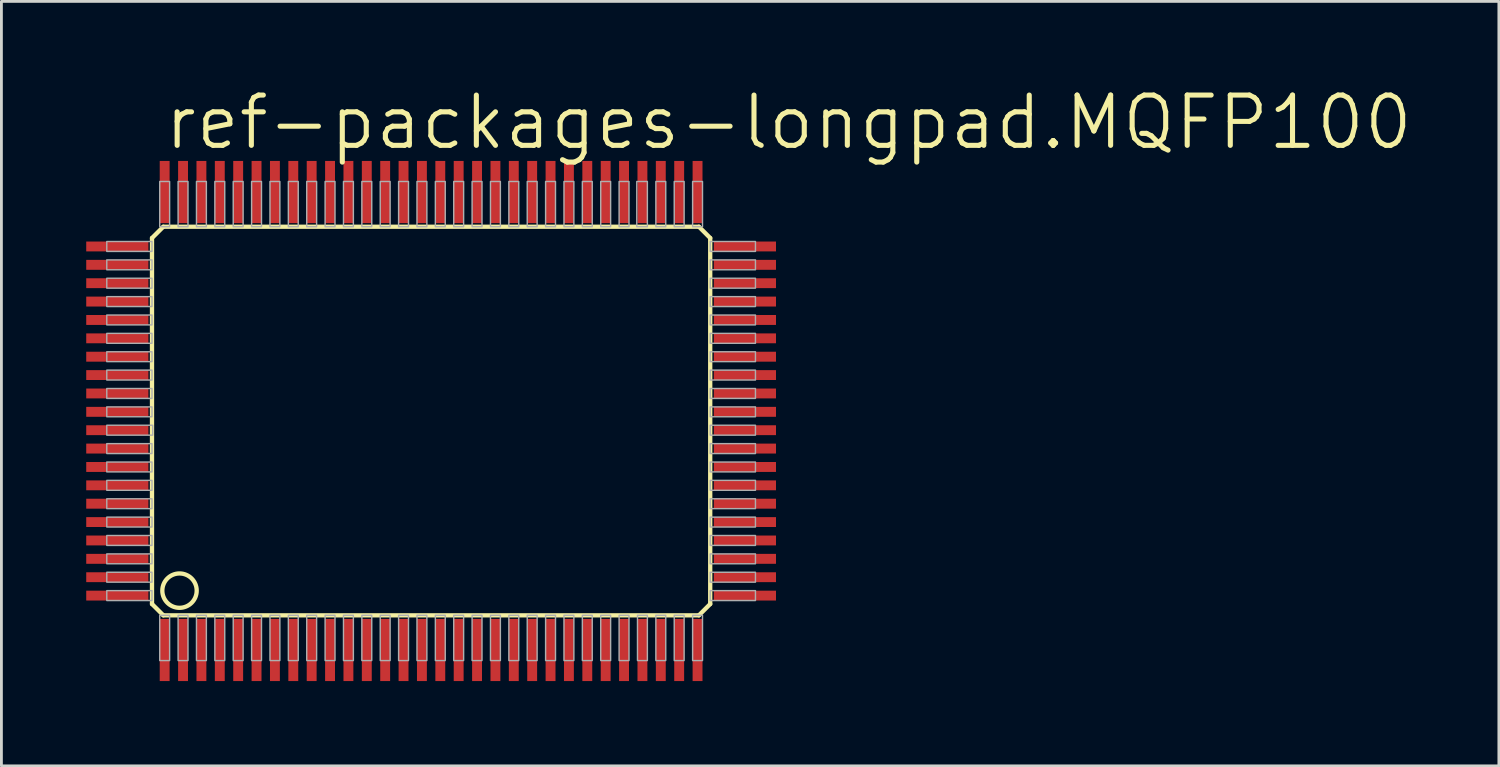
<source format=kicad_pcb>
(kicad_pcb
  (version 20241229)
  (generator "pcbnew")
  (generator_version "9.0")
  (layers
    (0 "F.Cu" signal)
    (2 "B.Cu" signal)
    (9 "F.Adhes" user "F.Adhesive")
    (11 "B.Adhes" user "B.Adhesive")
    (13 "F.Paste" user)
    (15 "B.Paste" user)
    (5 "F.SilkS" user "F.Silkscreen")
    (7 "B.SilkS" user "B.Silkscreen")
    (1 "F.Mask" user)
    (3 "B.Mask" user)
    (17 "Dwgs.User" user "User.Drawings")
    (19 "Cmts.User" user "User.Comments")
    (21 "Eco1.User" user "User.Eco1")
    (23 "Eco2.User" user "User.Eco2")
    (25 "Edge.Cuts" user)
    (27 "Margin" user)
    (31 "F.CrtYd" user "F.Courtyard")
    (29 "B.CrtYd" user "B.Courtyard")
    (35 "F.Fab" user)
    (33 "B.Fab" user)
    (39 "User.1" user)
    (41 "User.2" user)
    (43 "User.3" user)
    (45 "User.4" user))
  (footprint "ref-packages-longpad.MQFP100"
    (layer "F.Cu")
    (at 12.2 11.843)
    (property "Reference" "ref-packages-longpad.MQFP100" (at -9.525 -9.525 0) (layer "F.SilkS") (effects (font (size 1.778 1.778) (thickness 0.18)) (justify left bottom)))
    (attr smd)
    (fp_line (start -9.873 -6.473) (end -9.873 6.473) (stroke (width 0.152) (type default)) (layer "F.SilkS"))
    (fp_line (start -9.873 6.473) (end -9.473 6.873) (stroke (width 0.152) (type default)) (layer "F.SilkS"))
    (fp_line (start -9.473 -6.873) (end -9.873 -6.473) (stroke (width 0.152) (type default)) (layer "F.SilkS"))
    (fp_line (start -9.473 6.873) (end 9.473 6.873) (stroke (width 0.152) (type default)) (layer "F.SilkS"))
    (fp_line (start 9.473 -6.873) (end -9.473 -6.873) (stroke (width 0.152) (type default)) (layer "F.SilkS"))
    (fp_line (start 9.473 6.873) (end 9.873 6.473) (stroke (width 0.152) (type default)) (layer "F.SilkS"))
    (fp_line (start 9.873 -6.473) (end 9.473 -6.873) (stroke (width 0.152) (type default)) (layer "F.SilkS"))
    (fp_line (start 9.873 6.473) (end 9.873 -6.473) (stroke (width 0.152) (type default)) (layer "F.SilkS"))
    (fp_circle (center -8.9 6) (end -8.292 6) (stroke (width 0.152) (type default)) (fill no) (layer "F.SilkS"))
    (fp_rect (start -11.473 -6) (end -9.873 -6.35) (stroke (width 0.05) (type default)) (fill no) (layer "F.Fab"))
    (fp_rect (start -11.473 -5.35) (end -9.873 -5.7) (stroke (width 0.05) (type default)) (fill no) (layer "F.Fab"))
    (fp_rect (start -11.473 -4.7) (end -9.873 -5.05) (stroke (width 0.05) (type default)) (fill no) (layer "F.Fab"))
    (fp_rect (start -11.473 -4.05) (end -9.873 -4.4) (stroke (width 0.05) (type default)) (fill no) (layer "F.Fab"))
    (fp_rect (start -11.473 -3.4) (end -9.873 -3.75) (stroke (width 0.05) (type default)) (fill no) (layer "F.Fab"))
    (fp_rect (start -11.473 -2.75) (end -9.873 -3.1) (stroke (width 0.05) (type default)) (fill no) (layer "F.Fab"))
    (fp_rect (start -11.473 -2.1) (end -9.873 -2.45) (stroke (width 0.05) (type default)) (fill no) (layer "F.Fab"))
    (fp_rect (start -11.473 -1.45) (end -9.873 -1.8) (stroke (width 0.05) (type default)) (fill no) (layer "F.Fab"))
    (fp_rect (start -11.473 -0.8) (end -9.873 -1.15) (stroke (width 0.05) (type default)) (fill no) (layer "F.Fab"))
    (fp_rect (start -11.473 -0.15) (end -9.873 -0.5) (stroke (width 0.05) (type default)) (fill no) (layer "F.Fab"))
    (fp_rect (start -11.473 0.5) (end -9.848 0.15) (stroke (width 0.05) (type default)) (fill no) (layer "F.Fab"))
    (fp_rect (start -11.473 1.15) (end -9.873 0.8) (stroke (width 0.05) (type default)) (fill no) (layer "F.Fab"))
    (fp_rect (start -11.473 1.8) (end -9.873 1.45) (stroke (width 0.05) (type default)) (fill no) (layer "F.Fab"))
    (fp_rect (start -11.473 2.45) (end -9.873 2.1) (stroke (width 0.05) (type default)) (fill no) (layer "F.Fab"))
    (fp_rect (start -11.473 3.1) (end -9.873 2.75) (stroke (width 0.05) (type default)) (fill no) (layer "F.Fab"))
    (fp_rect (start -11.473 3.75) (end -9.873 3.4) (stroke (width 0.05) (type default)) (fill no) (layer "F.Fab"))
    (fp_rect (start -11.473 4.4) (end -9.873 4.05) (stroke (width 0.05) (type default)) (fill no) (layer "F.Fab"))
    (fp_rect (start -11.473 5.05) (end -9.873 4.7) (stroke (width 0.05) (type default)) (fill no) (layer "F.Fab"))
    (fp_rect (start -11.473 5.7) (end -9.873 5.35) (stroke (width 0.05) (type default)) (fill no) (layer "F.Fab"))
    (fp_rect (start -11.473 6.35) (end -9.873 6) (stroke (width 0.05) (type default)) (fill no) (layer "F.Fab"))
    (fp_rect (start -9.6 -6.873) (end -9.25 -8.473) (stroke (width 0.05) (type default)) (fill no) (layer "F.Fab"))
    (fp_rect (start -9.6 8.473) (end -9.25 6.873) (stroke (width 0.05) (type default)) (fill no) (layer "F.Fab"))
    (fp_rect (start -8.95 -6.873) (end -8.6 -8.473) (stroke (width 0.05) (type default)) (fill no) (layer "F.Fab"))
    (fp_rect (start -8.95 8.473) (end -8.6 6.873) (stroke (width 0.05) (type default)) (fill no) (layer "F.Fab"))
    (fp_rect (start -8.3 -6.873) (end -7.95 -8.473) (stroke (width 0.05) (type default)) (fill no) (layer "F.Fab"))
    (fp_rect (start -8.3 8.473) (end -7.95 6.873) (stroke (width 0.05) (type default)) (fill no) (layer "F.Fab"))
    (fp_rect (start -7.65 -6.873) (end -7.3 -8.473) (stroke (width 0.05) (type default)) (fill no) (layer "F.Fab"))
    (fp_rect (start -7.65 8.473) (end -7.3 6.873) (stroke (width 0.05) (type default)) (fill no) (layer "F.Fab"))
    (fp_rect (start -7 -6.873) (end -6.65 -8.473) (stroke (width 0.05) (type default)) (fill no) (layer "F.Fab"))
    (fp_rect (start -7 8.473) (end -6.65 6.873) (stroke (width 0.05) (type default)) (fill no) (layer "F.Fab"))
    (fp_rect (start -6.35 -6.873) (end -6 -8.473) (stroke (width 0.05) (type default)) (fill no) (layer "F.Fab"))
    (fp_rect (start -6.35 8.473) (end -6 6.873) (stroke (width 0.05) (type default)) (fill no) (layer "F.Fab"))
    (fp_rect (start -5.7 -6.873) (end -5.35 -8.473) (stroke (width 0.05) (type default)) (fill no) (layer "F.Fab"))
    (fp_rect (start -5.7 8.473) (end -5.35 6.873) (stroke (width 0.05) (type default)) (fill no) (layer "F.Fab"))
    (fp_rect (start -5.05 -6.873) (end -4.7 -8.473) (stroke (width 0.05) (type default)) (fill no) (layer "F.Fab"))
    (fp_rect (start -5.05 8.473) (end -4.7 6.873) (stroke (width 0.05) (type default)) (fill no) (layer "F.Fab"))
    (fp_rect (start -4.4 -6.873) (end -4.05 -8.473) (stroke (width 0.05) (type default)) (fill no) (layer "F.Fab"))
    (fp_rect (start -4.4 8.473) (end -4.05 6.873) (stroke (width 0.05) (type default)) (fill no) (layer "F.Fab"))
    (fp_rect (start -3.75 -6.873) (end -3.4 -8.473) (stroke (width 0.05) (type default)) (fill no) (layer "F.Fab"))
    (fp_rect (start -3.75 8.473) (end -3.4 6.873) (stroke (width 0.05) (type default)) (fill no) (layer "F.Fab"))
    (fp_rect (start -3.1 -6.873) (end -2.75 -8.473) (stroke (width 0.05) (type default)) (fill no) (layer "F.Fab"))
    (fp_rect (start -3.1 8.473) (end -2.75 6.873) (stroke (width 0.05) (type default)) (fill no) (layer "F.Fab"))
    (fp_rect (start -2.45 -6.873) (end -2.1 -8.473) (stroke (width 0.05) (type default)) (fill no) (layer "F.Fab"))
    (fp_rect (start -2.45 8.473) (end -2.1 6.873) (stroke (width 0.05) (type default)) (fill no) (layer "F.Fab"))
    (fp_rect (start -1.8 -6.873) (end -1.45 -8.473) (stroke (width 0.05) (type default)) (fill no) (layer "F.Fab"))
    (fp_rect (start -1.8 8.473) (end -1.45 6.873) (stroke (width 0.05) (type default)) (fill no) (layer "F.Fab"))
    (fp_rect (start -1.15 -6.873) (end -0.8 -8.473) (stroke (width 0.05) (type default)) (fill no) (layer "F.Fab"))
    (fp_rect (start -1.15 8.473) (end -0.8 6.873) (stroke (width 0.05) (type default)) (fill no) (layer "F.Fab"))
    (fp_rect (start -0.5 -6.873) (end -0.15 -8.473) (stroke (width 0.05) (type default)) (fill no) (layer "F.Fab"))
    (fp_rect (start -0.5 8.473) (end -0.15 6.873) (stroke (width 0.05) (type default)) (fill no) (layer "F.Fab"))
    (fp_rect (start 0.15 -6.873) (end 0.5 -8.473) (stroke (width 0.05) (type default)) (fill no) (layer "F.Fab"))
    (fp_rect (start 0.15 8.473) (end 0.5 6.873) (stroke (width 0.05) (type default)) (fill no) (layer "F.Fab"))
    (fp_rect (start 0.8 -6.873) (end 1.15 -8.473) (stroke (width 0.05) (type default)) (fill no) (layer "F.Fab"))
    (fp_rect (start 0.8 8.473) (end 1.15 6.873) (stroke (width 0.05) (type default)) (fill no) (layer "F.Fab"))
    (fp_rect (start 1.45 -6.873) (end 1.8 -8.473) (stroke (width 0.05) (type default)) (fill no) (layer "F.Fab"))
    (fp_rect (start 1.45 8.473) (end 1.8 6.873) (stroke (width 0.05) (type default)) (fill no) (layer "F.Fab"))
    (fp_rect (start 2.1 -6.873) (end 2.45 -8.473) (stroke (width 0.05) (type default)) (fill no) (layer "F.Fab"))
    (fp_rect (start 2.1 8.473) (end 2.45 6.873) (stroke (width 0.05) (type default)) (fill no) (layer "F.Fab"))
    (fp_rect (start 2.75 -6.873) (end 3.1 -8.473) (stroke (width 0.05) (type default)) (fill no) (layer "F.Fab"))
    (fp_rect (start 2.75 8.473) (end 3.1 6.873) (stroke (width 0.05) (type default)) (fill no) (layer "F.Fab"))
    (fp_rect (start 3.4 -6.873) (end 3.75 -8.473) (stroke (width 0.05) (type default)) (fill no) (layer "F.Fab"))
    (fp_rect (start 3.4 8.473) (end 3.75 6.873) (stroke (width 0.05) (type default)) (fill no) (layer "F.Fab"))
    (fp_rect (start 4.05 -6.873) (end 4.4 -8.473) (stroke (width 0.05) (type default)) (fill no) (layer "F.Fab"))
    (fp_rect (start 4.05 8.473) (end 4.4 6.873) (stroke (width 0.05) (type default)) (fill no) (layer "F.Fab"))
    (fp_rect (start 4.7 -6.873) (end 5.05 -8.473) (stroke (width 0.05) (type default)) (fill no) (layer "F.Fab"))
    (fp_rect (start 4.7 8.473) (end 5.05 6.873) (stroke (width 0.05) (type default)) (fill no) (layer "F.Fab"))
    (fp_rect (start 5.35 -6.873) (end 5.7 -8.473) (stroke (width 0.05) (type default)) (fill no) (layer "F.Fab"))
    (fp_rect (start 5.35 8.473) (end 5.7 6.873) (stroke (width 0.05) (type default)) (fill no) (layer "F.Fab"))
    (fp_rect (start 6 -6.873) (end 6.35 -8.473) (stroke (width 0.05) (type default)) (fill no) (layer "F.Fab"))
    (fp_rect (start 6 8.473) (end 6.35 6.873) (stroke (width 0.05) (type default)) (fill no) (layer "F.Fab"))
    (fp_rect (start 6.65 -6.873) (end 7 -8.473) (stroke (width 0.05) (type default)) (fill no) (layer "F.Fab"))
    (fp_rect (start 6.65 8.473) (end 7 6.873) (stroke (width 0.05) (type default)) (fill no) (layer "F.Fab"))
    (fp_rect (start 7.275 -6.873) (end 7.65 -8.473) (stroke (width 0.05) (type default)) (fill no) (layer "F.Fab"))
    (fp_rect (start 7.3 8.473) (end 7.65 6.873) (stroke (width 0.05) (type default)) (fill no) (layer "F.Fab"))
    (fp_rect (start 7.95 -6.873) (end 8.3 -8.473) (stroke (width 0.05) (type default)) (fill no) (layer "F.Fab"))
    (fp_rect (start 7.95 8.473) (end 8.3 6.873) (stroke (width 0.05) (type default)) (fill no) (layer "F.Fab"))
    (fp_rect (start 8.6 -6.873) (end 8.95 -8.473) (stroke (width 0.05) (type default)) (fill no) (layer "F.Fab"))
    (fp_rect (start 8.6 8.473) (end 8.95 6.873) (stroke (width 0.05) (type default)) (fill no) (layer "F.Fab"))
    (fp_rect (start 9.25 -6.873) (end 9.6 -8.473) (stroke (width 0.05) (type default)) (fill no) (layer "F.Fab"))
    (fp_rect (start 9.25 8.473) (end 9.6 6.873) (stroke (width 0.05) (type default)) (fill no) (layer "F.Fab"))
    (fp_rect (start 9.873 -6) (end 11.473 -6.35) (stroke (width 0.05) (type default)) (fill no) (layer "F.Fab"))
    (fp_rect (start 9.873 -5.35) (end 11.473 -5.7) (stroke (width 0.05) (type default)) (fill no) (layer "F.Fab"))
    (fp_rect (start 9.873 -4.7) (end 11.473 -5.05) (stroke (width 0.05) (type default)) (fill no) (layer "F.Fab"))
    (fp_rect (start 9.873 -4.05) (end 11.473 -4.4) (stroke (width 0.05) (type default)) (fill no) (layer "F.Fab"))
    (fp_rect (start 9.873 -3.4) (end 11.473 -3.75) (stroke (width 0.05) (type default)) (fill no) (layer "F.Fab"))
    (fp_rect (start 9.873 -2.75) (end 11.473 -3.1) (stroke (width 0.05) (type default)) (fill no) (layer "F.Fab"))
    (fp_rect (start 9.873 -2.1) (end 11.473 -2.45) (stroke (width 0.05) (type default)) (fill no) (layer "F.Fab"))
    (fp_rect (start 9.873 -1.45) (end 11.473 -1.8) (stroke (width 0.05) (type default)) (fill no) (layer "F.Fab"))
    (fp_rect (start 9.873 -0.8) (end 11.473 -1.15) (stroke (width 0.05) (type default)) (fill no) (layer "F.Fab"))
    (fp_rect (start 9.873 -0.15) (end 11.473 -0.5) (stroke (width 0.05) (type default)) (fill no) (layer "F.Fab"))
    (fp_rect (start 9.873 0.5) (end 11.473 0.15) (stroke (width 0.05) (type default)) (fill no) (layer "F.Fab"))
    (fp_rect (start 9.873 1.15) (end 11.473 0.8) (stroke (width 0.05) (type default)) (fill no) (layer "F.Fab"))
    (fp_rect (start 9.873 1.8) (end 11.473 1.45) (stroke (width 0.05) (type default)) (fill no) (layer "F.Fab"))
    (fp_rect (start 9.873 2.45) (end 11.473 2.1) (stroke (width 0.05) (type default)) (fill no) (layer "F.Fab"))
    (fp_rect (start 9.873 3.1) (end 11.473 2.75) (stroke (width 0.05) (type default)) (fill no) (layer "F.Fab"))
    (fp_rect (start 9.873 3.75) (end 11.473 3.4) (stroke (width 0.05) (type default)) (fill no) (layer "F.Fab"))
    (fp_rect (start 9.873 4.4) (end 11.473 4.05) (stroke (width 0.05) (type default)) (fill no) (layer "F.Fab"))
    (fp_rect (start 9.873 5.05) (end 11.473 4.7) (stroke (width 0.05) (type default)) (fill no) (layer "F.Fab"))
    (fp_rect (start 9.873 5.7) (end 11.473 5.35) (stroke (width 0.05) (type default)) (fill no) (layer "F.Fab"))
    (fp_rect (start 9.873 6.35) (end 11.473 6) (stroke (width 0.05) (type default)) (fill no) (layer "F.Fab"))
    (pad "1" smd roundrect (at -9.425 8.1) (size 0.35 2.2) (layers "F.Cu" "F.Mask" "F.Paste") (roundrect_rratio 0.01))
    (pad "2" smd roundrect (at -8.775 8.1) (size 0.35 2.2) (layers "F.Cu" "F.Mask" "F.Paste") (roundrect_rratio 0.01))
    (pad "3" smd roundrect (at -8.125 8.1) (size 0.35 2.2) (layers "F.Cu" "F.Mask" "F.Paste") (roundrect_rratio 0.01))
    (pad "4" smd roundrect (at -7.475 8.1) (size 0.35 2.2) (layers "F.Cu" "F.Mask" "F.Paste") (roundrect_rratio 0.01))
    (pad "5" smd roundrect (at -6.825 8.1) (size 0.35 2.2) (layers "F.Cu" "F.Mask" "F.Paste") (roundrect_rratio 0.01))
    (pad "6" smd roundrect (at -6.175 8.1) (size 0.35 2.2) (layers "F.Cu" "F.Mask" "F.Paste") (roundrect_rratio 0.01))
    (pad "7" smd roundrect (at -5.525 8.1) (size 0.35 2.2) (layers "F.Cu" "F.Mask" "F.Paste") (roundrect_rratio 0.01))
    (pad "8" smd roundrect (at -4.875 8.1) (size 0.35 2.2) (layers "F.Cu" "F.Mask" "F.Paste") (roundrect_rratio 0.01))
    (pad "9" smd roundrect (at -4.225 8.1) (size 0.35 2.2) (layers "F.Cu" "F.Mask" "F.Paste") (roundrect_rratio 0.01))
    (pad "10" smd roundrect (at -3.575 8.1) (size 0.35 2.2) (layers "F.Cu" "F.Mask" "F.Paste") (roundrect_rratio 0.01))
    (pad "11" smd roundrect (at -2.925 8.1) (size 0.35 2.2) (layers "F.Cu" "F.Mask" "F.Paste") (roundrect_rratio 0.01))
    (pad "12" smd roundrect (at -2.275 8.1) (size 0.35 2.2) (layers "F.Cu" "F.Mask" "F.Paste") (roundrect_rratio 0.01))
    (pad "13" smd roundrect (at -1.625 8.1) (size 0.35 2.2) (layers "F.Cu" "F.Mask" "F.Paste") (roundrect_rratio 0.01))
    (pad "14" smd roundrect (at -0.975 8.1) (size 0.35 2.2) (layers "F.Cu" "F.Mask" "F.Paste") (roundrect_rratio 0.01))
    (pad "15" smd roundrect (at -0.325 8.1) (size 0.35 2.2) (layers "F.Cu" "F.Mask" "F.Paste") (roundrect_rratio 0.01))
    (pad "16" smd roundrect (at 0.325 8.1) (size 0.35 2.2) (layers "F.Cu" "F.Mask" "F.Paste") (roundrect_rratio 0.01))
    (pad "17" smd roundrect (at 0.975 8.1) (size 0.35 2.2) (layers "F.Cu" "F.Mask" "F.Paste") (roundrect_rratio 0.01))
    (pad "18" smd roundrect (at 1.625 8.1) (size 0.35 2.2) (layers "F.Cu" "F.Mask" "F.Paste") (roundrect_rratio 0.01))
    (pad "19" smd roundrect (at 2.275 8.1) (size 0.35 2.2) (layers "F.Cu" "F.Mask" "F.Paste") (roundrect_rratio 0.01))
    (pad "20" smd roundrect (at 2.925 8.1) (size 0.35 2.2) (layers "F.Cu" "F.Mask" "F.Paste") (roundrect_rratio 0.01))
    (pad "21" smd roundrect (at 3.575 8.1) (size 0.35 2.2) (layers "F.Cu" "F.Mask" "F.Paste") (roundrect_rratio 0.01))
    (pad "22" smd roundrect (at 4.225 8.1) (size 0.35 2.2) (layers "F.Cu" "F.Mask" "F.Paste") (roundrect_rratio 0.01))
    (pad "23" smd roundrect (at 4.875 8.1) (size 0.35 2.2) (layers "F.Cu" "F.Mask" "F.Paste") (roundrect_rratio 0.01))
    (pad "24" smd roundrect (at 5.525 8.1) (size 0.35 2.2) (layers "F.Cu" "F.Mask" "F.Paste") (roundrect_rratio 0.01))
    (pad "25" smd roundrect (at 6.175 8.1) (size 0.35 2.2) (layers "F.Cu" "F.Mask" "F.Paste") (roundrect_rratio 0.01))
    (pad "26" smd roundrect (at 6.825 8.1) (size 0.35 2.2) (layers "F.Cu" "F.Mask" "F.Paste") (roundrect_rratio 0.01))
    (pad "27" smd roundrect (at 7.475 8.1) (size 0.35 2.2) (layers "F.Cu" "F.Mask" "F.Paste") (roundrect_rratio 0.01))
    (pad "28" smd roundrect (at 8.125 8.1) (size 0.35 2.2) (layers "F.Cu" "F.Mask" "F.Paste") (roundrect_rratio 0.01))
    (pad "29" smd roundrect (at 8.775 8.1) (size 0.35 2.2) (layers "F.Cu" "F.Mask" "F.Paste") (roundrect_rratio 0.01))
    (pad "30" smd roundrect (at 9.425 8.1) (size 0.35 2.2) (layers "F.Cu" "F.Mask" "F.Paste") (roundrect_rratio 0.01))
    (pad "31" smd roundrect (at 11.1 6.175) (size 2.2 0.35) (layers "F.Cu" "F.Mask" "F.Paste") (roundrect_rratio 0.01))
    (pad "32" smd roundrect (at 11.1 5.525) (size 2.2 0.35) (layers "F.Cu" "F.Mask" "F.Paste") (roundrect_rratio 0.01))
    (pad "33" smd roundrect (at 11.1 4.875) (size 2.2 0.35) (layers "F.Cu" "F.Mask" "F.Paste") (roundrect_rratio 0.01))
    (pad "34" smd roundrect (at 11.1 4.225) (size 2.2 0.35) (layers "F.Cu" "F.Mask" "F.Paste") (roundrect_rratio 0.01))
    (pad "35" smd roundrect (at 11.1 3.575) (size 2.2 0.35) (layers "F.Cu" "F.Mask" "F.Paste") (roundrect_rratio 0.01))
    (pad "36" smd roundrect (at 11.1 2.925) (size 2.2 0.35) (layers "F.Cu" "F.Mask" "F.Paste") (roundrect_rratio 0.01))
    (pad "37" smd roundrect (at 11.1 2.275) (size 2.2 0.35) (layers "F.Cu" "F.Mask" "F.Paste") (roundrect_rratio 0.01))
    (pad "38" smd roundrect (at 11.1 1.625) (size 2.2 0.35) (layers "F.Cu" "F.Mask" "F.Paste") (roundrect_rratio 0.01))
    (pad "39" smd roundrect (at 11.1 0.975) (size 2.2 0.35) (layers "F.Cu" "F.Mask" "F.Paste") (roundrect_rratio 0.01))
    (pad "40" smd roundrect (at 11.1 0.325) (size 2.2 0.35) (layers "F.Cu" "F.Mask" "F.Paste") (roundrect_rratio 0.01))
    (pad "41" smd roundrect (at 11.1 -0.325) (size 2.2 0.35) (layers "F.Cu" "F.Mask" "F.Paste") (roundrect_rratio 0.01))
    (pad "42" smd roundrect (at 11.1 -0.975) (size 2.2 0.35) (layers "F.Cu" "F.Mask" "F.Paste") (roundrect_rratio 0.01))
    (pad "43" smd roundrect (at 11.1 -1.625) (size 2.2 0.35) (layers "F.Cu" "F.Mask" "F.Paste") (roundrect_rratio 0.01))
    (pad "44" smd roundrect (at 11.1 -2.275) (size 2.2 0.35) (layers "F.Cu" "F.Mask" "F.Paste") (roundrect_rratio 0.01))
    (pad "45" smd roundrect (at 11.1 -2.925) (size 2.2 0.35) (layers "F.Cu" "F.Mask" "F.Paste") (roundrect_rratio 0.01))
    (pad "46" smd roundrect (at 11.1 -3.575) (size 2.2 0.35) (layers "F.Cu" "F.Mask" "F.Paste") (roundrect_rratio 0.01))
    (pad "47" smd roundrect (at 11.1 -4.225) (size 2.2 0.35) (layers "F.Cu" "F.Mask" "F.Paste") (roundrect_rratio 0.01))
    (pad "48" smd roundrect (at 11.1 -4.875) (size 2.2 0.35) (layers "F.Cu" "F.Mask" "F.Paste") (roundrect_rratio 0.01))
    (pad "49" smd roundrect (at 11.1 -5.525) (size 2.2 0.35) (layers "F.Cu" "F.Mask" "F.Paste") (roundrect_rratio 0.01))
    (pad "50" smd roundrect (at 11.1 -6.175) (size 2.2 0.35) (layers "F.Cu" "F.Mask" "F.Paste") (roundrect_rratio 0.01))
    (pad "51" smd roundrect (at 9.425 -8.1) (size 0.35 2.2) (layers "F.Cu" "F.Mask" "F.Paste") (roundrect_rratio 0.01))
    (pad "52" smd roundrect (at 8.775 -8.1) (size 0.35 2.2) (layers "F.Cu" "F.Mask" "F.Paste") (roundrect_rratio 0.01))
    (pad "53" smd roundrect (at 8.125 -8.1) (size 0.35 2.2) (layers "F.Cu" "F.Mask" "F.Paste") (roundrect_rratio 0.01))
    (pad "54" smd roundrect (at 7.475 -8.1) (size 0.35 2.2) (layers "F.Cu" "F.Mask" "F.Paste") (roundrect_rratio 0.01))
    (pad "55" smd roundrect (at 6.825 -8.1) (size 0.35 2.2) (layers "F.Cu" "F.Mask" "F.Paste") (roundrect_rratio 0.01))
    (pad "56" smd roundrect (at 6.175 -8.1) (size 0.35 2.2) (layers "F.Cu" "F.Mask" "F.Paste") (roundrect_rratio 0.01))
    (pad "57" smd roundrect (at 5.525 -8.1) (size 0.35 2.2) (layers "F.Cu" "F.Mask" "F.Paste") (roundrect_rratio 0.01))
    (pad "58" smd roundrect (at 4.875 -8.1) (size 0.35 2.2) (layers "F.Cu" "F.Mask" "F.Paste") (roundrect_rratio 0.01))
    (pad "59" smd roundrect (at 4.225 -8.1) (size 0.35 2.2) (layers "F.Cu" "F.Mask" "F.Paste") (roundrect_rratio 0.01))
    (pad "60" smd roundrect (at 3.575 -8.1) (size 0.35 2.2) (layers "F.Cu" "F.Mask" "F.Paste") (roundrect_rratio 0.01))
    (pad "61" smd roundrect (at 2.925 -8.1) (size 0.35 2.2) (layers "F.Cu" "F.Mask" "F.Paste") (roundrect_rratio 0.01))
    (pad "62" smd roundrect (at 2.275 -8.1) (size 0.35 2.2) (layers "F.Cu" "F.Mask" "F.Paste") (roundrect_rratio 0.01))
    (pad "63" smd roundrect (at 1.625 -8.1) (size 0.35 2.2) (layers "F.Cu" "F.Mask" "F.Paste") (roundrect_rratio 0.01))
    (pad "64" smd roundrect (at 0.975 -8.1) (size 0.35 2.2) (layers "F.Cu" "F.Mask" "F.Paste") (roundrect_rratio 0.01))
    (pad "65" smd roundrect (at 0.325 -8.1) (size 0.35 2.2) (layers "F.Cu" "F.Mask" "F.Paste") (roundrect_rratio 0.01))
    (pad "66" smd roundrect (at -0.325 -8.1) (size 0.35 2.2) (layers "F.Cu" "F.Mask" "F.Paste") (roundrect_rratio 0.01))
    (pad "67" smd roundrect (at -0.975 -8.1) (size 0.35 2.2) (layers "F.Cu" "F.Mask" "F.Paste") (roundrect_rratio 0.01))
    (pad "68" smd roundrect (at -1.625 -8.1) (size 0.35 2.2) (layers "F.Cu" "F.Mask" "F.Paste") (roundrect_rratio 0.01))
    (pad "69" smd roundrect (at -2.275 -8.1) (size 0.35 2.2) (layers "F.Cu" "F.Mask" "F.Paste") (roundrect_rratio 0.01))
    (pad "70" smd roundrect (at -2.925 -8.1) (size 0.35 2.2) (layers "F.Cu" "F.Mask" "F.Paste") (roundrect_rratio 0.01))
    (pad "71" smd roundrect (at -3.575 -8.1) (size 0.35 2.2) (layers "F.Cu" "F.Mask" "F.Paste") (roundrect_rratio 0.01))
    (pad "72" smd roundrect (at -4.225 -8.1) (size 0.35 2.2) (layers "F.Cu" "F.Mask" "F.Paste") (roundrect_rratio 0.01))
    (pad "73" smd roundrect (at -4.875 -8.1) (size 0.35 2.2) (layers "F.Cu" "F.Mask" "F.Paste") (roundrect_rratio 0.01))
    (pad "74" smd roundrect (at -5.525 -8.1) (size 0.35 2.2) (layers "F.Cu" "F.Mask" "F.Paste") (roundrect_rratio 0.01))
    (pad "75" smd roundrect (at -6.175 -8.1) (size 0.35 2.2) (layers "F.Cu" "F.Mask" "F.Paste") (roundrect_rratio 0.01))
    (pad "76" smd roundrect (at -6.825 -8.1) (size 0.35 2.2) (layers "F.Cu" "F.Mask" "F.Paste") (roundrect_rratio 0.01))
    (pad "77" smd roundrect (at -7.475 -8.1) (size 0.35 2.2) (layers "F.Cu" "F.Mask" "F.Paste") (roundrect_rratio 0.01))
    (pad "78" smd roundrect (at -8.125 -8.1) (size 0.35 2.2) (layers "F.Cu" "F.Mask" "F.Paste") (roundrect_rratio 0.01))
    (pad "79" smd roundrect (at -8.775 -8.1) (size 0.35 2.2) (layers "F.Cu" "F.Mask" "F.Paste") (roundrect_rratio 0.01))
    (pad "80" smd roundrect (at -9.425 -8.1) (size 0.35 2.2) (layers "F.Cu" "F.Mask" "F.Paste") (roundrect_rratio 0.01))
    (pad "81" smd roundrect (at -11.1 -6.175) (size 2.2 0.35) (layers "F.Cu" "F.Mask" "F.Paste") (roundrect_rratio 0.01))
    (pad "82" smd roundrect (at -11.1 -5.525) (size 2.2 0.35) (layers "F.Cu" "F.Mask" "F.Paste") (roundrect_rratio 0.01))
    (pad "83" smd roundrect (at -11.1 -4.875) (size 2.2 0.35) (layers "F.Cu" "F.Mask" "F.Paste") (roundrect_rratio 0.01))
    (pad "84" smd roundrect (at -11.1 -4.225) (size 2.2 0.35) (layers "F.Cu" "F.Mask" "F.Paste") (roundrect_rratio 0.01))
    (pad "85" smd roundrect (at -11.1 -3.575) (size 2.2 0.35) (layers "F.Cu" "F.Mask" "F.Paste") (roundrect_rratio 0.01))
    (pad "86" smd roundrect (at -11.1 -2.925) (size 2.2 0.35) (layers "F.Cu" "F.Mask" "F.Paste") (roundrect_rratio 0.01))
    (pad "87" smd roundrect (at -11.1 -2.275) (size 2.2 0.35) (layers "F.Cu" "F.Mask" "F.Paste") (roundrect_rratio 0.01))
    (pad "88" smd roundrect (at -11.1 -1.625) (size 2.2 0.35) (layers "F.Cu" "F.Mask" "F.Paste") (roundrect_rratio 0.01))
    (pad "89" smd roundrect (at -11.1 -0.975) (size 2.2 0.35) (layers "F.Cu" "F.Mask" "F.Paste") (roundrect_rratio 0.01))
    (pad "90" smd roundrect (at -11.1 -0.325) (size 2.2 0.35) (layers "F.Cu" "F.Mask" "F.Paste") (roundrect_rratio 0.01))
    (pad "91" smd roundrect (at -11.1 0.325) (size 2.2 0.35) (layers "F.Cu" "F.Mask" "F.Paste") (roundrect_rratio 0.01))
    (pad "92" smd roundrect (at -11.1 0.975) (size 2.2 0.35) (layers "F.Cu" "F.Mask" "F.Paste") (roundrect_rratio 0.01))
    (pad "93" smd roundrect (at -11.1 1.625) (size 2.2 0.35) (layers "F.Cu" "F.Mask" "F.Paste") (roundrect_rratio 0.01))
    (pad "94" smd roundrect (at -11.1 2.275) (size 2.2 0.35) (layers "F.Cu" "F.Mask" "F.Paste") (roundrect_rratio 0.01))
    (pad "95" smd roundrect (at -11.1 2.925) (size 2.2 0.35) (layers "F.Cu" "F.Mask" "F.Paste") (roundrect_rratio 0.01))
    (pad "96" smd roundrect (at -11.1 3.575) (size 2.2 0.35) (layers "F.Cu" "F.Mask" "F.Paste") (roundrect_rratio 0.01))
    (pad "97" smd roundrect (at -11.1 4.225) (size 2.2 0.35) (layers "F.Cu" "F.Mask" "F.Paste") (roundrect_rratio 0.01))
    (pad "98" smd roundrect (at -11.1 4.875) (size 2.2 0.35) (layers "F.Cu" "F.Mask" "F.Paste") (roundrect_rratio 0.01))
    (pad "99" smd roundrect (at -11.1 5.525) (size 2.2 0.35) (layers "F.Cu" "F.Mask" "F.Paste") (roundrect_rratio 0.01))
    (pad "100" smd roundrect (at -11.1 6.175) (size 2.2 0.35) (layers "F.Cu" "F.Mask" "F.Paste") (roundrect_rratio 0.01)))
  (gr_rect
    (start -3 -3)
    (end 49.971 24.043)
    (stroke (width 0.1) (type default))
    (fill no)
    (layer "Edge.Cuts")))
</source>
